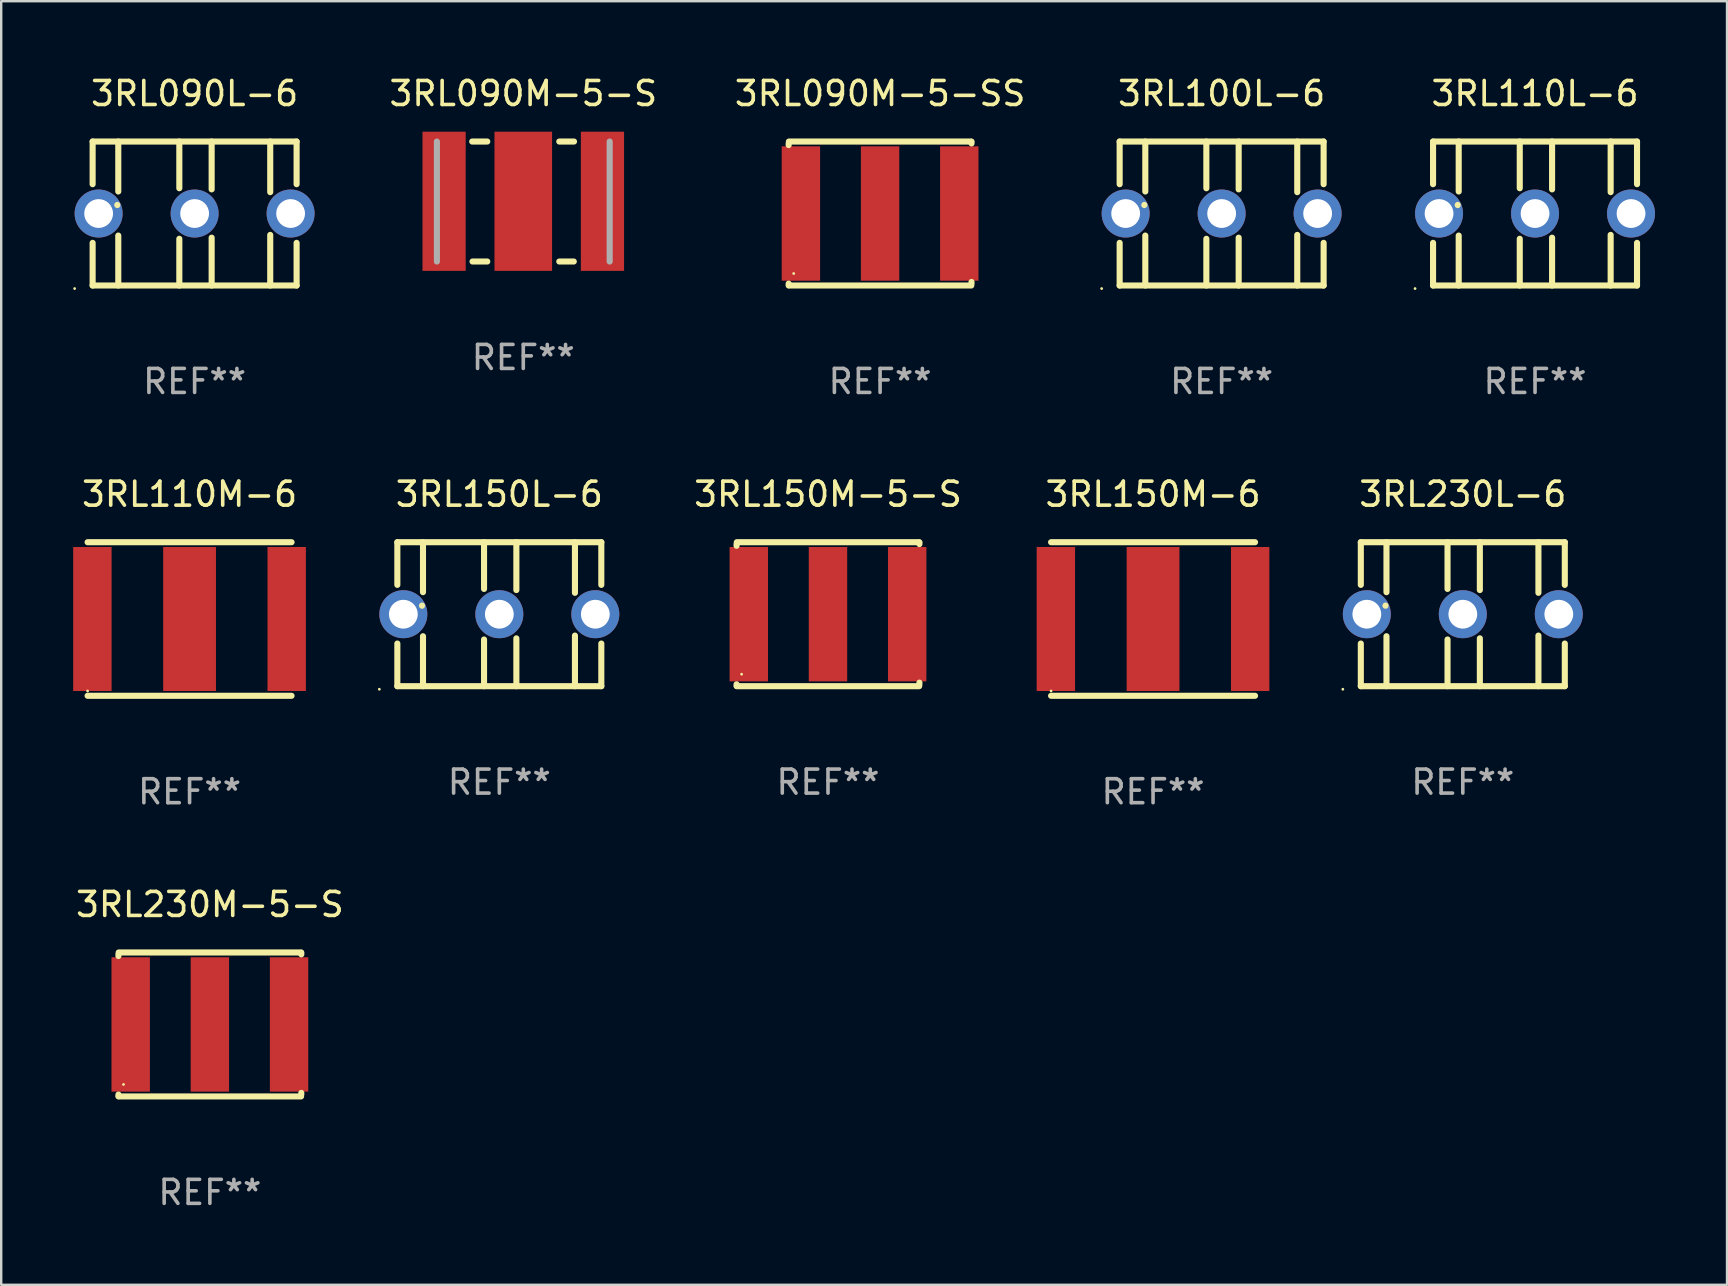
<source format=kicad_pcb>
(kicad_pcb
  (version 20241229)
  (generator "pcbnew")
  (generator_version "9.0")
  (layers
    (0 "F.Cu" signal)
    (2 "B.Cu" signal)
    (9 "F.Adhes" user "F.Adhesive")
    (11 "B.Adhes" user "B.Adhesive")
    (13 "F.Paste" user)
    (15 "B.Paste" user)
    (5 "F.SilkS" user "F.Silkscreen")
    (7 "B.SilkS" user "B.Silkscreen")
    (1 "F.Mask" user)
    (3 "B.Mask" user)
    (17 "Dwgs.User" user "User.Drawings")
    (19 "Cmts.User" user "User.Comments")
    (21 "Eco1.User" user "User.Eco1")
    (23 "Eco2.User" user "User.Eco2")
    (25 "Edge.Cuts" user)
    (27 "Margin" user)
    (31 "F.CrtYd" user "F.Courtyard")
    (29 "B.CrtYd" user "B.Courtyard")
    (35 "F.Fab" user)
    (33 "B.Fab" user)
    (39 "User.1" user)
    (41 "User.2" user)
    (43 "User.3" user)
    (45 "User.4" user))
  (footprint "3RL150M-6"
    (layer "F.Cu")
    (at 45 22.745)
    (property "Reference" "3RL150M-6" (at 0 -5.2 0) (layer "F.SilkS") (effects (font (size 1 1) (thickness 0.15))))
    (attr through_hole)
    (fp_line (start -4.25 -3.2) (end 4.25 -3.2) (stroke (width 0.254) (type solid)) (layer "F.SilkS"))
    (fp_line (start -4.25 3.2) (end 4.25 3.2) (stroke (width 0.254) (type solid)) (layer "F.SilkS"))
    (fp_circle (center -4.25 3) (end -4.22 3) (stroke (width 0.06) (type solid)) (fill no) (layer "F.SilkS"))
    (fp_text user "REF**" (at 0 7.2 0) (layer "F.Fab") (effects (font (size 1 1) (thickness 0.15))))
    (pad "1" smd rect (at -4.05 0) (size 1.6 6) (layers "F.Cu" "F.Mask" "F.Paste"))
    (pad "2" smd rect (at 4.047 0) (size 1.6 6) (layers "F.Cu" "F.Mask" "F.Paste"))
    (pad "3" smd rect (at 0 0) (size 2.2 6) (layers "F.Cu" "F.Mask" "F.Paste")))
  (footprint "3RL090M-5-SS"
    (layer "F.Cu")
    (at 33.625 5.848)
    (property "Reference" "3RL090M-5-SS" (at 0 -5 0) (layer "F.SilkS") (effects (font (size 1 1) (thickness 0.15))))
    (attr through_hole)
    (fp_line (start -3.81 -2.921) (end -3.81 -2.852) (stroke (width 0.254) (type solid)) (layer "F.SilkS"))
    (fp_line (start -3.81 2.921) (end -3.81 2.99) (stroke (width 0.254) (type solid)) (layer "F.SilkS"))
    (fp_line (start -3.8 -3) (end 3.8 -3) (stroke (width 0.254) (type solid)) (layer "F.SilkS"))
    (fp_line (start -3.8 3) (end 3.8 3) (stroke (width 0.254) (type solid)) (layer "F.SilkS"))
    (fp_line (start 3.81 -2.921) (end 3.81 -2.99) (stroke (width 0.254) (type solid)) (layer "F.SilkS"))
    (fp_line (start 3.81 2.921) (end 3.81 2.852) (stroke (width 0.254) (type solid)) (layer "F.SilkS"))
    (fp_circle (center -3.6 2.5) (end -3.57 2.5) (stroke (width 0.06) (type solid)) (fill no) (layer "F.SilkS"))
    (fp_text user "REF**" (at 0 7 0) (layer "F.Fab") (effects (font (size 1 1) (thickness 0.15))))
    (pad "1" smd rect (at -3.3 0) (size 1.6 5.6) (layers "F.Cu" "F.Mask" "F.Paste"))
    (pad "2" smd rect (at 3.3 0) (size 1.6 5.6) (layers "F.Cu" "F.Mask" "F.Paste"))
    (pad "3" smd rect (at 0 0) (size 1.6 5.6) (layers "F.Cu" "F.Mask" "F.Paste")))
  (footprint "3RL150L-6"
    (layer "F.Cu")
    (at 17.758 22.545)
    (property "Reference" "3RL150L-6" (at 0 -5 0) (layer "F.SilkS") (effects (font (size 1 1) (thickness 0.15))))
    (attr through_hole)
    (fp_line (start -4.25 -3) (end -4.25 -1.222) (stroke (width 0.254) (type solid)) (layer "F.SilkS"))
    (fp_line (start -4.25 -3) (end 4.25 -3) (stroke (width 0.254) (type solid)) (layer "F.SilkS"))
    (fp_line (start -4.25 1.222) (end -4.25 3) (stroke (width 0.254) (type solid)) (layer "F.SilkS"))
    (fp_line (start -4.25 3) (end 4.25 3) (stroke (width 0.254) (type solid)) (layer "F.SilkS"))
    (fp_line (start -3.222 -0.359) (end -3.222 -0.353) (stroke (width 0.254) (type solid)) (layer "F.SilkS"))
    (fp_line (start -3.181 -3) (end -3.181 -0.918) (stroke (width 0.254) (type solid)) (layer "F.SilkS"))
    (fp_line (start -3.181 0.918) (end -3.181 3) (stroke (width 0.254) (type solid)) (layer "F.SilkS"))
    (fp_line (start -0.637 -1.053) (end -0.637 -3) (stroke (width 0.254) (type solid)) (layer "F.SilkS"))
    (fp_line (start -0.637 3) (end -0.637 1.053) (stroke (width 0.254) (type solid)) (layer "F.SilkS"))
    (fp_line (start 0.71 -3) (end 0.71 -1.006) (stroke (width 0.254) (type solid)) (layer "F.SilkS"))
    (fp_line (start 0.71 1.006) (end 0.71 3) (stroke (width 0.254) (type solid)) (layer "F.SilkS"))
    (fp_line (start 3.151 -3) (end 3.151 -0.891) (stroke (width 0.254) (type solid)) (layer "F.SilkS"))
    (fp_line (start 3.151 0.891) (end 3.151 3) (stroke (width 0.254) (type solid)) (layer "F.SilkS"))
    (fp_line (start 4.25 -3) (end 4.25 -1.222) (stroke (width 0.254) (type solid)) (layer "F.SilkS"))
    (fp_line (start 4.25 1.222) (end 4.25 3) (stroke (width 0.254) (type solid)) (layer "F.SilkS"))
    (fp_circle (center -5 3.127) (end -4.97 3.127) (stroke (width 0.06) (type solid)) (fill no) (layer "F.SilkS"))
    (fp_text user "REF**" (at 0 7 0) (layer "F.Fab") (effects (font (size 1 1) (thickness 0.15))))
    (pad "1" thru_hole circle (at -4 0) (size 2 2) (drill 1.2) (layers "*.Cu" "*.Mask"))
    (pad "2" thru_hole circle (at 4 0) (size 2 2) (drill 1.2) (layers "*.Cu" "*.Mask"))
    (pad "3" thru_hole circle (at 0 0) (size 2 2) (drill 1.2) (layers "*.Cu" "*.Mask")))
  (footprint "3RL150M-5-S"
    (layer "F.Cu")
    (at 31.454 22.545)
    (property "Reference" "3RL150M-5-S" (at 0 -5 0) (layer "F.SilkS") (effects (font (size 1 1) (thickness 0.15))))
    (attr through_hole)
    (fp_line (start -3.81 -2.921) (end -3.81 -2.852) (stroke (width 0.254) (type solid)) (layer "F.SilkS"))
    (fp_line (start -3.81 2.921) (end -3.81 2.99) (stroke (width 0.254) (type solid)) (layer "F.SilkS"))
    (fp_line (start -3.8 -3) (end 3.8 -3) (stroke (width 0.254) (type solid)) (layer "F.SilkS"))
    (fp_line (start -3.8 3) (end 3.8 3) (stroke (width 0.254) (type solid)) (layer "F.SilkS"))
    (fp_line (start 3.81 -2.921) (end 3.81 -2.99) (stroke (width 0.254) (type solid)) (layer "F.SilkS"))
    (fp_line (start 3.81 2.921) (end 3.81 2.852) (stroke (width 0.254) (type solid)) (layer "F.SilkS"))
    (fp_circle (center -3.6 2.5) (end -3.57 2.5) (stroke (width 0.06) (type solid)) (fill no) (layer "F.SilkS"))
    (fp_text user "REF**" (at 0 7 0) (layer "F.Fab") (effects (font (size 1 1) (thickness 0.15))))
    (pad "1" smd rect (at -3.3 0) (size 1.6 5.6) (layers "F.Cu" "F.Mask" "F.Paste"))
    (pad "2" smd rect (at 3.3 0) (size 1.6 5.6) (layers "F.Cu" "F.Mask" "F.Paste"))
    (pad "3" smd rect (at 0 0) (size 1.6 5.6) (layers "F.Cu" "F.Mask" "F.Paste")))
  (footprint "3RL230M-5-S"
    (layer "F.Cu")
    (at 5.696 39.641)
    (property "Reference" "3RL230M-5-S" (at 0 -5 0) (layer "F.SilkS") (effects (font (size 1 1) (thickness 0.15))))
    (attr through_hole)
    (fp_line (start -3.81 -2.921) (end -3.81 -2.852) (stroke (width 0.254) (type solid)) (layer "F.SilkS"))
    (fp_line (start -3.81 2.921) (end -3.81 2.99) (stroke (width 0.254) (type solid)) (layer "F.SilkS"))
    (fp_line (start -3.8 -3) (end 3.8 -3) (stroke (width 0.254) (type solid)) (layer "F.SilkS"))
    (fp_line (start -3.8 3) (end 3.8 3) (stroke (width 0.254) (type solid)) (layer "F.SilkS"))
    (fp_line (start 3.81 -2.921) (end 3.81 -2.99) (stroke (width 0.254) (type solid)) (layer "F.SilkS"))
    (fp_line (start 3.81 2.921) (end 3.81 2.852) (stroke (width 0.254) (type solid)) (layer "F.SilkS"))
    (fp_circle (center -3.6 2.5) (end -3.57 2.5) (stroke (width 0.06) (type solid)) (fill no) (layer "F.SilkS"))
    (fp_text user "REF**" (at 0 7 0) (layer "F.Fab") (effects (font (size 1 1) (thickness 0.15))))
    (pad "1" smd rect (at -3.3 0) (size 1.6 5.6) (layers "F.Cu" "F.Mask" "F.Paste"))
    (pad "2" smd rect (at 3.3 0) (size 1.6 5.6) (layers "F.Cu" "F.Mask" "F.Paste"))
    (pad "3" smd rect (at 0 0) (size 1.6 5.6) (layers "F.Cu" "F.Mask" "F.Paste")))
  (footprint "3RL100L-6"
    (layer "F.Cu")
    (at 47.858 5.848)
    (property "Reference" "3RL100L-6" (at 0 -5 0) (layer "F.SilkS") (effects (font (size 1 1) (thickness 0.15))))
    (attr through_hole)
    (fp_line (start -4.25 -3) (end -4.25 -1.222) (stroke (width 0.254) (type solid)) (layer "F.SilkS"))
    (fp_line (start -4.25 -3) (end 4.25 -3) (stroke (width 0.254) (type solid)) (layer "F.SilkS"))
    (fp_line (start -4.25 1.222) (end -4.25 3) (stroke (width 0.254) (type solid)) (layer "F.SilkS"))
    (fp_line (start -4.25 3) (end 4.25 3) (stroke (width 0.254) (type solid)) (layer "F.SilkS"))
    (fp_line (start -3.222 -0.359) (end -3.222 -0.353) (stroke (width 0.254) (type solid)) (layer "F.SilkS"))
    (fp_line (start -3.181 -3) (end -3.181 -0.918) (stroke (width 0.254) (type solid)) (layer "F.SilkS"))
    (fp_line (start -3.181 0.918) (end -3.181 3) (stroke (width 0.254) (type solid)) (layer "F.SilkS"))
    (fp_line (start -0.637 -1.053) (end -0.637 -3) (stroke (width 0.254) (type solid)) (layer "F.SilkS"))
    (fp_line (start -0.637 3) (end -0.637 1.053) (stroke (width 0.254) (type solid)) (layer "F.SilkS"))
    (fp_line (start 0.71 -3) (end 0.71 -1.006) (stroke (width 0.254) (type solid)) (layer "F.SilkS"))
    (fp_line (start 0.71 1.006) (end 0.71 3) (stroke (width 0.254) (type solid)) (layer "F.SilkS"))
    (fp_line (start 3.151 -3) (end 3.151 -0.891) (stroke (width 0.254) (type solid)) (layer "F.SilkS"))
    (fp_line (start 3.151 0.891) (end 3.151 3) (stroke (width 0.254) (type solid)) (layer "F.SilkS"))
    (fp_line (start 4.25 -3) (end 4.25 -1.222) (stroke (width 0.254) (type solid)) (layer "F.SilkS"))
    (fp_line (start 4.25 1.222) (end 4.25 3) (stroke (width 0.254) (type solid)) (layer "F.SilkS"))
    (fp_circle (center -5 3.127) (end -4.97 3.127) (stroke (width 0.06) (type solid)) (fill no) (layer "F.SilkS"))
    (fp_text user "REF**" (at 0 7 0) (layer "F.Fab") (effects (font (size 1 1) (thickness 0.15))))
    (pad "1" thru_hole circle (at -4 0) (size 2 2) (drill 1.2) (layers "*.Cu" "*.Mask"))
    (pad "2" thru_hole circle (at 4 0) (size 2 2) (drill 1.2) (layers "*.Cu" "*.Mask"))
    (pad "3" thru_hole circle (at 0 0) (size 2 2) (drill 1.2) (layers "*.Cu" "*.Mask")))
  (footprint "3RL090M-5-S"
    (layer "F.Cu")
    (at 18.756 5.348)
    (property "Reference" "3RL090M-5-S" (at 0 -4.5 0) (layer "F.SilkS") (effects (font (size 1 1) (thickness 0.15))))
    (attr through_hole)
    (fp_line (start -2.13 -2.5) (end -1.5 -2.5) (stroke (width 0.254) (type solid)) (layer "F.SilkS"))
    (fp_line (start -2.115 2.5) (end -1.5 2.5) (stroke (width 0.254) (type solid)) (layer "F.SilkS"))
    (fp_line (start 1.5 -2.5) (end 2.115 -2.5) (stroke (width 0.254) (type solid)) (layer "F.SilkS"))
    (fp_line (start 1.5 2.5) (end 2.105 2.5) (stroke (width 0.254) (type solid)) (layer "F.SilkS"))
    (fp_circle (center -3.6 2.49) (end -3.57 2.49) (stroke (width 0.06) (type solid)) (fill no) (layer "F.SilkS"))
    (fp_line (start -3.6 2.5) (end -3.6 -2.5) (stroke (width 0.254) (type solid)) (layer "F.Fab"))
    (fp_line (start 3.6 -2.5) (end 3.6 2.5) (stroke (width 0.254) (type solid)) (layer "F.Fab"))
    (fp_text user "REF**" (at 0 6.5 0) (layer "F.Fab") (effects (font (size 1 1) (thickness 0.15))))
    (pad "1" smd rect (at -3.3 -0.01) (size 1.8 5.8) (layers "F.Cu" "F.Mask" "F.Paste"))
    (pad "2" smd rect (at 0 -0.01) (size 2.4 5.8) (layers "F.Cu" "F.Mask" "F.Paste"))
    (pad "3" smd rect (at 3.3 -0.01) (size 1.8 5.8) (layers "F.Cu" "F.Mask" "F.Paste")))
  (footprint "3RL090L-6"
    (layer "F.Cu")
    (at 5.06 5.848)
    (property "Reference" "3RL090L-6" (at 0 -5 0) (layer "F.SilkS") (effects (font (size 1 1) (thickness 0.15))))
    (attr through_hole)
    (fp_line (start -4.25 -3) (end -4.25 -1.222) (stroke (width 0.254) (type solid)) (layer "F.SilkS"))
    (fp_line (start -4.25 -3) (end 4.25 -3) (stroke (width 0.254) (type solid)) (layer "F.SilkS"))
    (fp_line (start -4.25 1.222) (end -4.25 3) (stroke (width 0.254) (type solid)) (layer "F.SilkS"))
    (fp_line (start -4.25 3) (end 4.25 3) (stroke (width 0.254) (type solid)) (layer "F.SilkS"))
    (fp_line (start -3.222 -0.359) (end -3.222 -0.353) (stroke (width 0.254) (type solid)) (layer "F.SilkS"))
    (fp_line (start -3.181 -3) (end -3.181 -0.918) (stroke (width 0.254) (type solid)) (layer "F.SilkS"))
    (fp_line (start -3.181 0.918) (end -3.181 3) (stroke (width 0.254) (type solid)) (layer "F.SilkS"))
    (fp_line (start -0.637 -1.053) (end -0.637 -3) (stroke (width 0.254) (type solid)) (layer "F.SilkS"))
    (fp_line (start -0.637 3) (end -0.637 1.053) (stroke (width 0.254) (type solid)) (layer "F.SilkS"))
    (fp_line (start 0.71 -3) (end 0.71 -1.006) (stroke (width 0.254) (type solid)) (layer "F.SilkS"))
    (fp_line (start 0.71 1.006) (end 0.71 3) (stroke (width 0.254) (type solid)) (layer "F.SilkS"))
    (fp_line (start 3.151 -3) (end 3.151 -0.891) (stroke (width 0.254) (type solid)) (layer "F.SilkS"))
    (fp_line (start 3.151 0.891) (end 3.151 3) (stroke (width 0.254) (type solid)) (layer "F.SilkS"))
    (fp_line (start 4.25 -3) (end 4.25 -1.222) (stroke (width 0.254) (type solid)) (layer "F.SilkS"))
    (fp_line (start 4.25 1.222) (end 4.25 3) (stroke (width 0.254) (type solid)) (layer "F.SilkS"))
    (fp_circle (center -5 3.127) (end -4.97 3.127) (stroke (width 0.06) (type solid)) (fill no) (layer "F.SilkS"))
    (fp_text user "REF**" (at 0 7 0) (layer "F.Fab") (effects (font (size 1 1) (thickness 0.15))))
    (pad "1" thru_hole circle (at -4 0) (size 2 2) (drill 1.2) (layers "*.Cu" "*.Mask"))
    (pad "2" thru_hole circle (at 4 0) (size 2 2) (drill 1.2) (layers "*.Cu" "*.Mask"))
    (pad "3" thru_hole circle (at 0 0) (size 2 2) (drill 1.2) (layers "*.Cu" "*.Mask")))
  (footprint "3RL230L-6"
    (layer "F.Cu")
    (at 57.908 22.545)
    (property "Reference" "3RL230L-6" (at 0 -5 0) (layer "F.SilkS") (effects (font (size 1 1) (thickness 0.15))))
    (attr through_hole)
    (fp_line (start -4.25 -3) (end -4.25 -1.222) (stroke (width 0.254) (type solid)) (layer "F.SilkS"))
    (fp_line (start -4.25 -3) (end 4.25 -3) (stroke (width 0.254) (type solid)) (layer "F.SilkS"))
    (fp_line (start -4.25 1.222) (end -4.25 3) (stroke (width 0.254) (type solid)) (layer "F.SilkS"))
    (fp_line (start -4.25 3) (end 4.25 3) (stroke (width 0.254) (type solid)) (layer "F.SilkS"))
    (fp_line (start -3.222 -0.359) (end -3.222 -0.353) (stroke (width 0.254) (type solid)) (layer "F.SilkS"))
    (fp_line (start -3.181 -3) (end -3.181 -0.918) (stroke (width 0.254) (type solid)) (layer "F.SilkS"))
    (fp_line (start -3.181 0.918) (end -3.181 3) (stroke (width 0.254) (type solid)) (layer "F.SilkS"))
    (fp_line (start -0.637 -1.053) (end -0.637 -3) (stroke (width 0.254) (type solid)) (layer "F.SilkS"))
    (fp_line (start -0.637 3) (end -0.637 1.053) (stroke (width 0.254) (type solid)) (layer "F.SilkS"))
    (fp_line (start 0.71 -3) (end 0.71 -1.006) (stroke (width 0.254) (type solid)) (layer "F.SilkS"))
    (fp_line (start 0.71 1.006) (end 0.71 3) (stroke (width 0.254) (type solid)) (layer "F.SilkS"))
    (fp_line (start 3.151 -3) (end 3.151 -0.891) (stroke (width 0.254) (type solid)) (layer "F.SilkS"))
    (fp_line (start 3.151 0.891) (end 3.151 3) (stroke (width 0.254) (type solid)) (layer "F.SilkS"))
    (fp_line (start 4.25 -3) (end 4.25 -1.222) (stroke (width 0.254) (type solid)) (layer "F.SilkS"))
    (fp_line (start 4.25 1.222) (end 4.25 3) (stroke (width 0.254) (type solid)) (layer "F.SilkS"))
    (fp_circle (center -5 3.127) (end -4.97 3.127) (stroke (width 0.06) (type solid)) (fill no) (layer "F.SilkS"))
    (fp_text user "REF**" (at 0 7 0) (layer "F.Fab") (effects (font (size 1 1) (thickness 0.15))))
    (pad "1" thru_hole circle (at -4 0) (size 2 2) (drill 1.2) (layers "*.Cu" "*.Mask"))
    (pad "2" thru_hole circle (at 4 0) (size 2 2) (drill 1.2) (layers "*.Cu" "*.Mask"))
    (pad "3" thru_hole circle (at 0 0) (size 2 2) (drill 1.2) (layers "*.Cu" "*.Mask")))
  (footprint "3RL110L-6"
    (layer "F.Cu")
    (at 60.918 5.848)
    (property "Reference" "3RL110L-6" (at 0 -5 0) (layer "F.SilkS") (effects (font (size 1 1) (thickness 0.15))))
    (attr through_hole)
    (fp_line (start -4.25 -3) (end -4.25 -1.222) (stroke (width 0.254) (type solid)) (layer "F.SilkS"))
    (fp_line (start -4.25 -3) (end 4.25 -3) (stroke (width 0.254) (type solid)) (layer "F.SilkS"))
    (fp_line (start -4.25 1.222) (end -4.25 3) (stroke (width 0.254) (type solid)) (layer "F.SilkS"))
    (fp_line (start -4.25 3) (end 4.25 3) (stroke (width 0.254) (type solid)) (layer "F.SilkS"))
    (fp_line (start -3.222 -0.359) (end -3.222 -0.353) (stroke (width 0.254) (type solid)) (layer "F.SilkS"))
    (fp_line (start -3.181 -3) (end -3.181 -0.918) (stroke (width 0.254) (type solid)) (layer "F.SilkS"))
    (fp_line (start -3.181 0.918) (end -3.181 3) (stroke (width 0.254) (type solid)) (layer "F.SilkS"))
    (fp_line (start -0.637 -1.053) (end -0.637 -3) (stroke (width 0.254) (type solid)) (layer "F.SilkS"))
    (fp_line (start -0.637 3) (end -0.637 1.053) (stroke (width 0.254) (type solid)) (layer "F.SilkS"))
    (fp_line (start 0.71 -3) (end 0.71 -1.006) (stroke (width 0.254) (type solid)) (layer "F.SilkS"))
    (fp_line (start 0.71 1.006) (end 0.71 3) (stroke (width 0.254) (type solid)) (layer "F.SilkS"))
    (fp_line (start 3.151 -3) (end 3.151 -0.891) (stroke (width 0.254) (type solid)) (layer "F.SilkS"))
    (fp_line (start 3.151 0.891) (end 3.151 3) (stroke (width 0.254) (type solid)) (layer "F.SilkS"))
    (fp_line (start 4.25 -3) (end 4.25 -1.222) (stroke (width 0.254) (type solid)) (layer "F.SilkS"))
    (fp_line (start 4.25 1.222) (end 4.25 3) (stroke (width 0.254) (type solid)) (layer "F.SilkS"))
    (fp_circle (center -5 3.127) (end -4.97 3.127) (stroke (width 0.06) (type solid)) (fill no) (layer "F.SilkS"))
    (fp_text user "REF**" (at 0 7 0) (layer "F.Fab") (effects (font (size 1 1) (thickness 0.15))))
    (pad "1" thru_hole circle (at -4 0) (size 2 2) (drill 1.2) (layers "*.Cu" "*.Mask"))
    (pad "2" thru_hole circle (at 4 0) (size 2 2) (drill 1.2) (layers "*.Cu" "*.Mask"))
    (pad "3" thru_hole circle (at 0 0) (size 2 2) (drill 1.2) (layers "*.Cu" "*.Mask")))
  (footprint "3RL110M-6"
    (layer "F.Cu")
    (at 4.85 22.745)
    (property "Reference" "3RL110M-6" (at 0 -5.2 0) (layer "F.SilkS") (effects (font (size 1 1) (thickness 0.15))))
    (attr through_hole)
    (fp_line (start -4.25 -3.2) (end 4.25 -3.2) (stroke (width 0.254) (type solid)) (layer "F.SilkS"))
    (fp_line (start -4.25 3.2) (end 4.25 3.2) (stroke (width 0.254) (type solid)) (layer "F.SilkS"))
    (fp_circle (center -4.25 3) (end -4.22 3) (stroke (width 0.06) (type solid)) (fill no) (layer "F.SilkS"))
    (fp_text user "REF**" (at 0 7.2 0) (layer "F.Fab") (effects (font (size 1 1) (thickness 0.15))))
    (pad "1" smd rect (at -4.05 0) (size 1.6 6) (layers "F.Cu" "F.Mask" "F.Paste"))
    (pad "2" smd rect (at 4.047 0) (size 1.6 6) (layers "F.Cu" "F.Mask" "F.Paste"))
    (pad "3" smd rect (at 0 0) (size 2.2 6) (layers "F.Cu" "F.Mask" "F.Paste")))
  (gr_rect
    (start -3 -3)
    (end 68.918 50.489)
    (stroke (width 0.1) (type default))
    (fill no)
    (layer "Edge.Cuts")))
</source>
